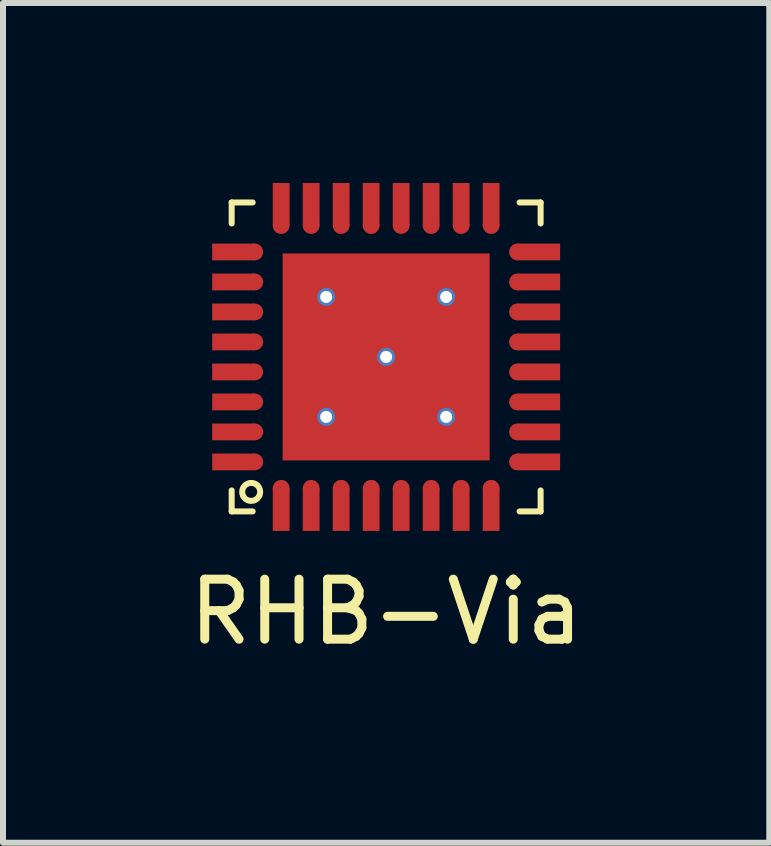
<source format=kicad_pcb>
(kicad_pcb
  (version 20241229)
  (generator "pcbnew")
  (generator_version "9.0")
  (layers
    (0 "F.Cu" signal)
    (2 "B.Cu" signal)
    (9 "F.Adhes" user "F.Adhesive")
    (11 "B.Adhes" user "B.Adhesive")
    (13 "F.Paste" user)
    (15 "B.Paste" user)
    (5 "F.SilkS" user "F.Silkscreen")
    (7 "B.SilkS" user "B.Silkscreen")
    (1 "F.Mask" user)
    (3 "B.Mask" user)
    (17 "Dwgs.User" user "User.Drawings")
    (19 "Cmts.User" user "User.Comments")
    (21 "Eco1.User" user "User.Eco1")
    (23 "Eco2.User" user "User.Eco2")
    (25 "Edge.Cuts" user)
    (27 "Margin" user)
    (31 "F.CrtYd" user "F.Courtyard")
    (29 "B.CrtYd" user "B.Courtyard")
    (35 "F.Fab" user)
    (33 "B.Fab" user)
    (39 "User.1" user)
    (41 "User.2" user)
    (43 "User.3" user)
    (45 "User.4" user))
  (footprint "RHB-Via"
    (layer "F.Cu")
    (at 3.387 2.9)
    (property "Reference" "RHB-Via" (at 0 4.25 0) (layer "F.SilkS") (effects (font (size 1 1) (thickness 0.15))))
    (attr through_hole)
    (fp_line (start -2.575 -2.575) (end -2.575 -2.225) (stroke (width 0.1) (type solid)) (layer "F.SilkS"))
    (fp_line (start -2.575 -2.575) (end -2.225 -2.575) (stroke (width 0.1) (type solid)) (layer "F.SilkS"))
    (fp_line (start -2.575 2.575) (end -2.575 2.225) (stroke (width 0.1) (type solid)) (layer "F.SilkS"))
    (fp_line (start -2.575 2.575) (end -2.225 2.575) (stroke (width 0.1) (type solid)) (layer "F.SilkS"))
    (fp_line (start 2.575 -2.575) (end 2.225 -2.575) (stroke (width 0.1) (type solid)) (layer "F.SilkS"))
    (fp_line (start 2.575 -2.575) (end 2.575 -2.225) (stroke (width 0.1) (type solid)) (layer "F.SilkS"))
    (fp_line (start 2.575 2.575) (end 2.225 2.575) (stroke (width 0.1) (type solid)) (layer "F.SilkS"))
    (fp_line (start 2.575 2.575) (end 2.575 2.225) (stroke (width 0.1) (type solid)) (layer "F.SilkS"))
    (fp_circle (center -2.25 2.25) (end -2.1 2.25) (stroke (width 0.1) (type solid)) (fill no) (layer "F.SilkS"))
    (pad "1" smd circle (at -1.75 2.19) (size 0.28 0.28) (layers "F.Cu" "F.Mask" "F.Paste"))
    (pad "1" smd rect (at -1.75 2.545) (size 0.28 0.71) (layers "F.Cu" "F.Mask" "F.Paste"))
    (pad "2" smd circle (at -1.25 2.19) (size 0.28 0.28) (layers "F.Cu" "F.Mask" "F.Paste"))
    (pad "2" smd rect (at -1.25 2.545) (size 0.28 0.71) (layers "F.Cu" "F.Mask" "F.Paste"))
    (pad "3" smd circle (at -0.75 2.19) (size 0.28 0.28) (layers "F.Cu" "F.Mask" "F.Paste"))
    (pad "3" smd rect (at -0.75 2.545) (size 0.28 0.71) (layers "F.Cu" "F.Mask" "F.Paste"))
    (pad "4" smd circle (at -0.25 2.19) (size 0.28 0.28) (layers "F.Cu" "F.Mask" "F.Paste"))
    (pad "4" smd rect (at -0.25 2.545) (size 0.28 0.71) (layers "F.Cu" "F.Mask" "F.Paste"))
    (pad "5" smd circle (at 0.25 2.19) (size 0.28 0.28) (layers "F.Cu" "F.Mask" "F.Paste"))
    (pad "5" smd rect (at 0.25 2.545) (size 0.28 0.71) (layers "F.Cu" "F.Mask" "F.Paste"))
    (pad "6" smd circle (at 0.75 2.19) (size 0.28 0.28) (layers "F.Cu" "F.Mask" "F.Paste"))
    (pad "6" smd rect (at 0.75 2.545) (size 0.28 0.71) (layers "F.Cu" "F.Mask" "F.Paste"))
    (pad "7" smd circle (at 1.25 2.19) (size 0.28 0.28) (layers "F.Cu" "F.Mask" "F.Paste"))
    (pad "7" smd rect (at 1.25 2.545) (size 0.28 0.71) (layers "F.Cu" "F.Mask" "F.Paste"))
    (pad "8" smd circle (at 1.75 2.19) (size 0.28 0.28) (layers "F.Cu" "F.Mask" "F.Paste"))
    (pad "8" smd rect (at 1.75 2.545) (size 0.28 0.71) (layers "F.Cu" "F.Mask" "F.Paste"))
    (pad "9" smd circle (at 2.19 1.75) (size 0.28 0.28) (layers "F.Cu" "F.Mask" "F.Paste"))
    (pad "9" smd rect (at 2.545 1.75) (size 0.71 0.28) (layers "F.Cu" "F.Mask" "F.Paste"))
    (pad "10" smd circle (at 2.19 1.25) (size 0.28 0.28) (layers "F.Cu" "F.Mask" "F.Paste"))
    (pad "10" smd rect (at 2.545 1.25) (size 0.71 0.28) (layers "F.Cu" "F.Mask" "F.Paste"))
    (pad "11" smd circle (at 2.19 0.75) (size 0.28 0.28) (layers "F.Cu" "F.Mask" "F.Paste"))
    (pad "11" smd rect (at 2.545 0.75) (size 0.71 0.28) (layers "F.Cu" "F.Mask" "F.Paste"))
    (pad "12" smd circle (at 2.19 0.25) (size 0.28 0.28) (layers "F.Cu" "F.Mask" "F.Paste"))
    (pad "12" smd rect (at 2.545 0.25) (size 0.71 0.28) (layers "F.Cu" "F.Mask" "F.Paste"))
    (pad "13" smd circle (at 2.19 -0.25) (size 0.28 0.28) (layers "F.Cu" "F.Mask" "F.Paste"))
    (pad "13" smd rect (at 2.545 -0.25) (size 0.71 0.28) (layers "F.Cu" "F.Mask" "F.Paste"))
    (pad "14" smd circle (at 2.19 -0.75) (size 0.28 0.28) (layers "F.Cu" "F.Mask" "F.Paste"))
    (pad "14" smd rect (at 2.545 -0.75) (size 0.71 0.28) (layers "F.Cu" "F.Mask" "F.Paste"))
    (pad "15" smd circle (at 2.19 -1.25) (size 0.28 0.28) (layers "F.Cu" "F.Mask" "F.Paste"))
    (pad "15" smd rect (at 2.545 -1.25) (size 0.71 0.28) (layers "F.Cu" "F.Mask" "F.Paste"))
    (pad "16" smd circle (at 2.19 -1.75) (size 0.28 0.28) (layers "F.Cu" "F.Mask" "F.Paste"))
    (pad "16" smd rect (at 2.545 -1.75) (size 0.71 0.28) (layers "F.Cu" "F.Mask" "F.Paste"))
    (pad "17" smd rect (at 1.75 -2.545) (size 0.28 0.71) (layers "F.Cu" "F.Mask" "F.Paste"))
    (pad "17" smd circle (at 1.75 -2.19) (size 0.28 0.28) (layers "F.Cu" "F.Mask" "F.Paste"))
    (pad "18" smd rect (at 1.25 -2.545) (size 0.28 0.71) (layers "F.Cu" "F.Mask" "F.Paste"))
    (pad "18" smd circle (at 1.25 -2.19) (size 0.28 0.28) (layers "F.Cu" "F.Mask" "F.Paste"))
    (pad "19" smd rect (at 0.75 -2.545) (size 0.28 0.71) (layers "F.Cu" "F.Mask" "F.Paste"))
    (pad "19" smd circle (at 0.75 -2.19) (size 0.28 0.28) (layers "F.Cu" "F.Mask" "F.Paste"))
    (pad "20" smd rect (at 0.25 -2.545) (size 0.28 0.71) (layers "F.Cu" "F.Mask" "F.Paste"))
    (pad "20" smd circle (at 0.25 -2.19) (size 0.28 0.28) (layers "F.Cu" "F.Mask" "F.Paste"))
    (pad "21" smd rect (at -0.25 -2.545) (size 0.28 0.71) (layers "F.Cu" "F.Mask" "F.Paste"))
    (pad "21" smd circle (at -0.25 -2.19) (size 0.28 0.28) (layers "F.Cu" "F.Mask" "F.Paste"))
    (pad "22" smd rect (at -0.75 -2.545) (size 0.28 0.71) (layers "F.Cu" "F.Mask" "F.Paste"))
    (pad "22" smd circle (at -0.75 -2.19) (size 0.28 0.28) (layers "F.Cu" "F.Mask" "F.Paste"))
    (pad "23" smd rect (at -1.25 -2.545) (size 0.28 0.71) (layers "F.Cu" "F.Mask" "F.Paste"))
    (pad "23" smd circle (at -1.25 -2.19) (size 0.28 0.28) (layers "F.Cu" "F.Mask" "F.Paste"))
    (pad "24" smd rect (at -1.75 -2.545) (size 0.28 0.71) (layers "F.Cu" "F.Mask" "F.Paste"))
    (pad "24" smd circle (at -1.75 -2.19) (size 0.28 0.28) (layers "F.Cu" "F.Mask" "F.Paste"))
    (pad "25" smd rect (at -2.545 -1.75) (size 0.71 0.28) (layers "F.Cu" "F.Mask" "F.Paste"))
    (pad "25" smd circle (at -2.19 -1.75) (size 0.28 0.28) (layers "F.Cu" "F.Mask" "F.Paste"))
    (pad "26" smd rect (at -2.545 -1.25) (size 0.71 0.28) (layers "F.Cu" "F.Mask" "F.Paste"))
    (pad "26" smd circle (at -2.19 -1.25) (size 0.28 0.28) (layers "F.Cu" "F.Mask" "F.Paste"))
    (pad "27" smd rect (at -2.545 -0.75) (size 0.71 0.28) (layers "F.Cu" "F.Mask" "F.Paste"))
    (pad "27" smd circle (at -2.19 -0.75) (size 0.28 0.28) (layers "F.Cu" "F.Mask" "F.Paste"))
    (pad "28" smd rect (at -2.545 -0.25) (size 0.71 0.28) (layers "F.Cu" "F.Mask" "F.Paste"))
    (pad "28" smd circle (at -2.19 -0.25) (size 0.28 0.28) (layers "F.Cu" "F.Mask" "F.Paste"))
    (pad "29" smd rect (at -2.545 0.25) (size 0.71 0.28) (layers "F.Cu" "F.Mask" "F.Paste"))
    (pad "29" smd circle (at -2.19 0.25) (size 0.28 0.28) (layers "F.Cu" "F.Mask" "F.Paste"))
    (pad "30" smd rect (at -2.545 0.75) (size 0.71 0.28) (layers "F.Cu" "F.Mask" "F.Paste"))
    (pad "30" smd circle (at -2.19 0.75) (size 0.28 0.28) (layers "F.Cu" "F.Mask" "F.Paste"))
    (pad "31" smd rect (at -2.545 1.25) (size 0.71 0.28) (layers "F.Cu" "F.Mask" "F.Paste"))
    (pad "31" smd circle (at -2.19 1.25) (size 0.28 0.28) (layers "F.Cu" "F.Mask" "F.Paste"))
    (pad "32" smd rect (at -2.545 1.75) (size 0.71 0.28) (layers "F.Cu" "F.Mask" "F.Paste"))
    (pad "32" smd circle (at -2.19 1.75) (size 0.28 0.28) (layers "F.Cu" "F.Mask" "F.Paste"))
    (pad "~" thru_hole circle (at -1 -1) (size 0.3 0.3) (drill 0.2) (layers "*.Cu" "*.Mask"))
    (pad "~" thru_hole circle (at -1 1) (size 0.3 0.3) (drill 0.2) (layers "*.Cu" "*.Mask"))
    (pad "~" thru_hole circle (at 0 0) (size 0.3 0.3) (drill 0.2) (layers "*.Cu" "*.Mask"))
    (pad "~" smd rect (at 0 0) (size 3.45 3.45) (layers "F.Cu" "F.Mask" "F.Paste"))
    (pad "~" thru_hole circle (at 1 -1) (size 0.3 0.3) (drill 0.2) (layers "*.Cu" "*.Mask"))
    (pad "~" thru_hole circle (at 1 1) (size 0.3 0.3) (drill 0.2) (layers "*.Cu" "*.Mask")))
  (gr_rect
    (start -3 -3)
    (end 9.774 10.998)
    (stroke (width 0.1) (type default))
    (fill no)
    (layer "Edge.Cuts")))
</source>
